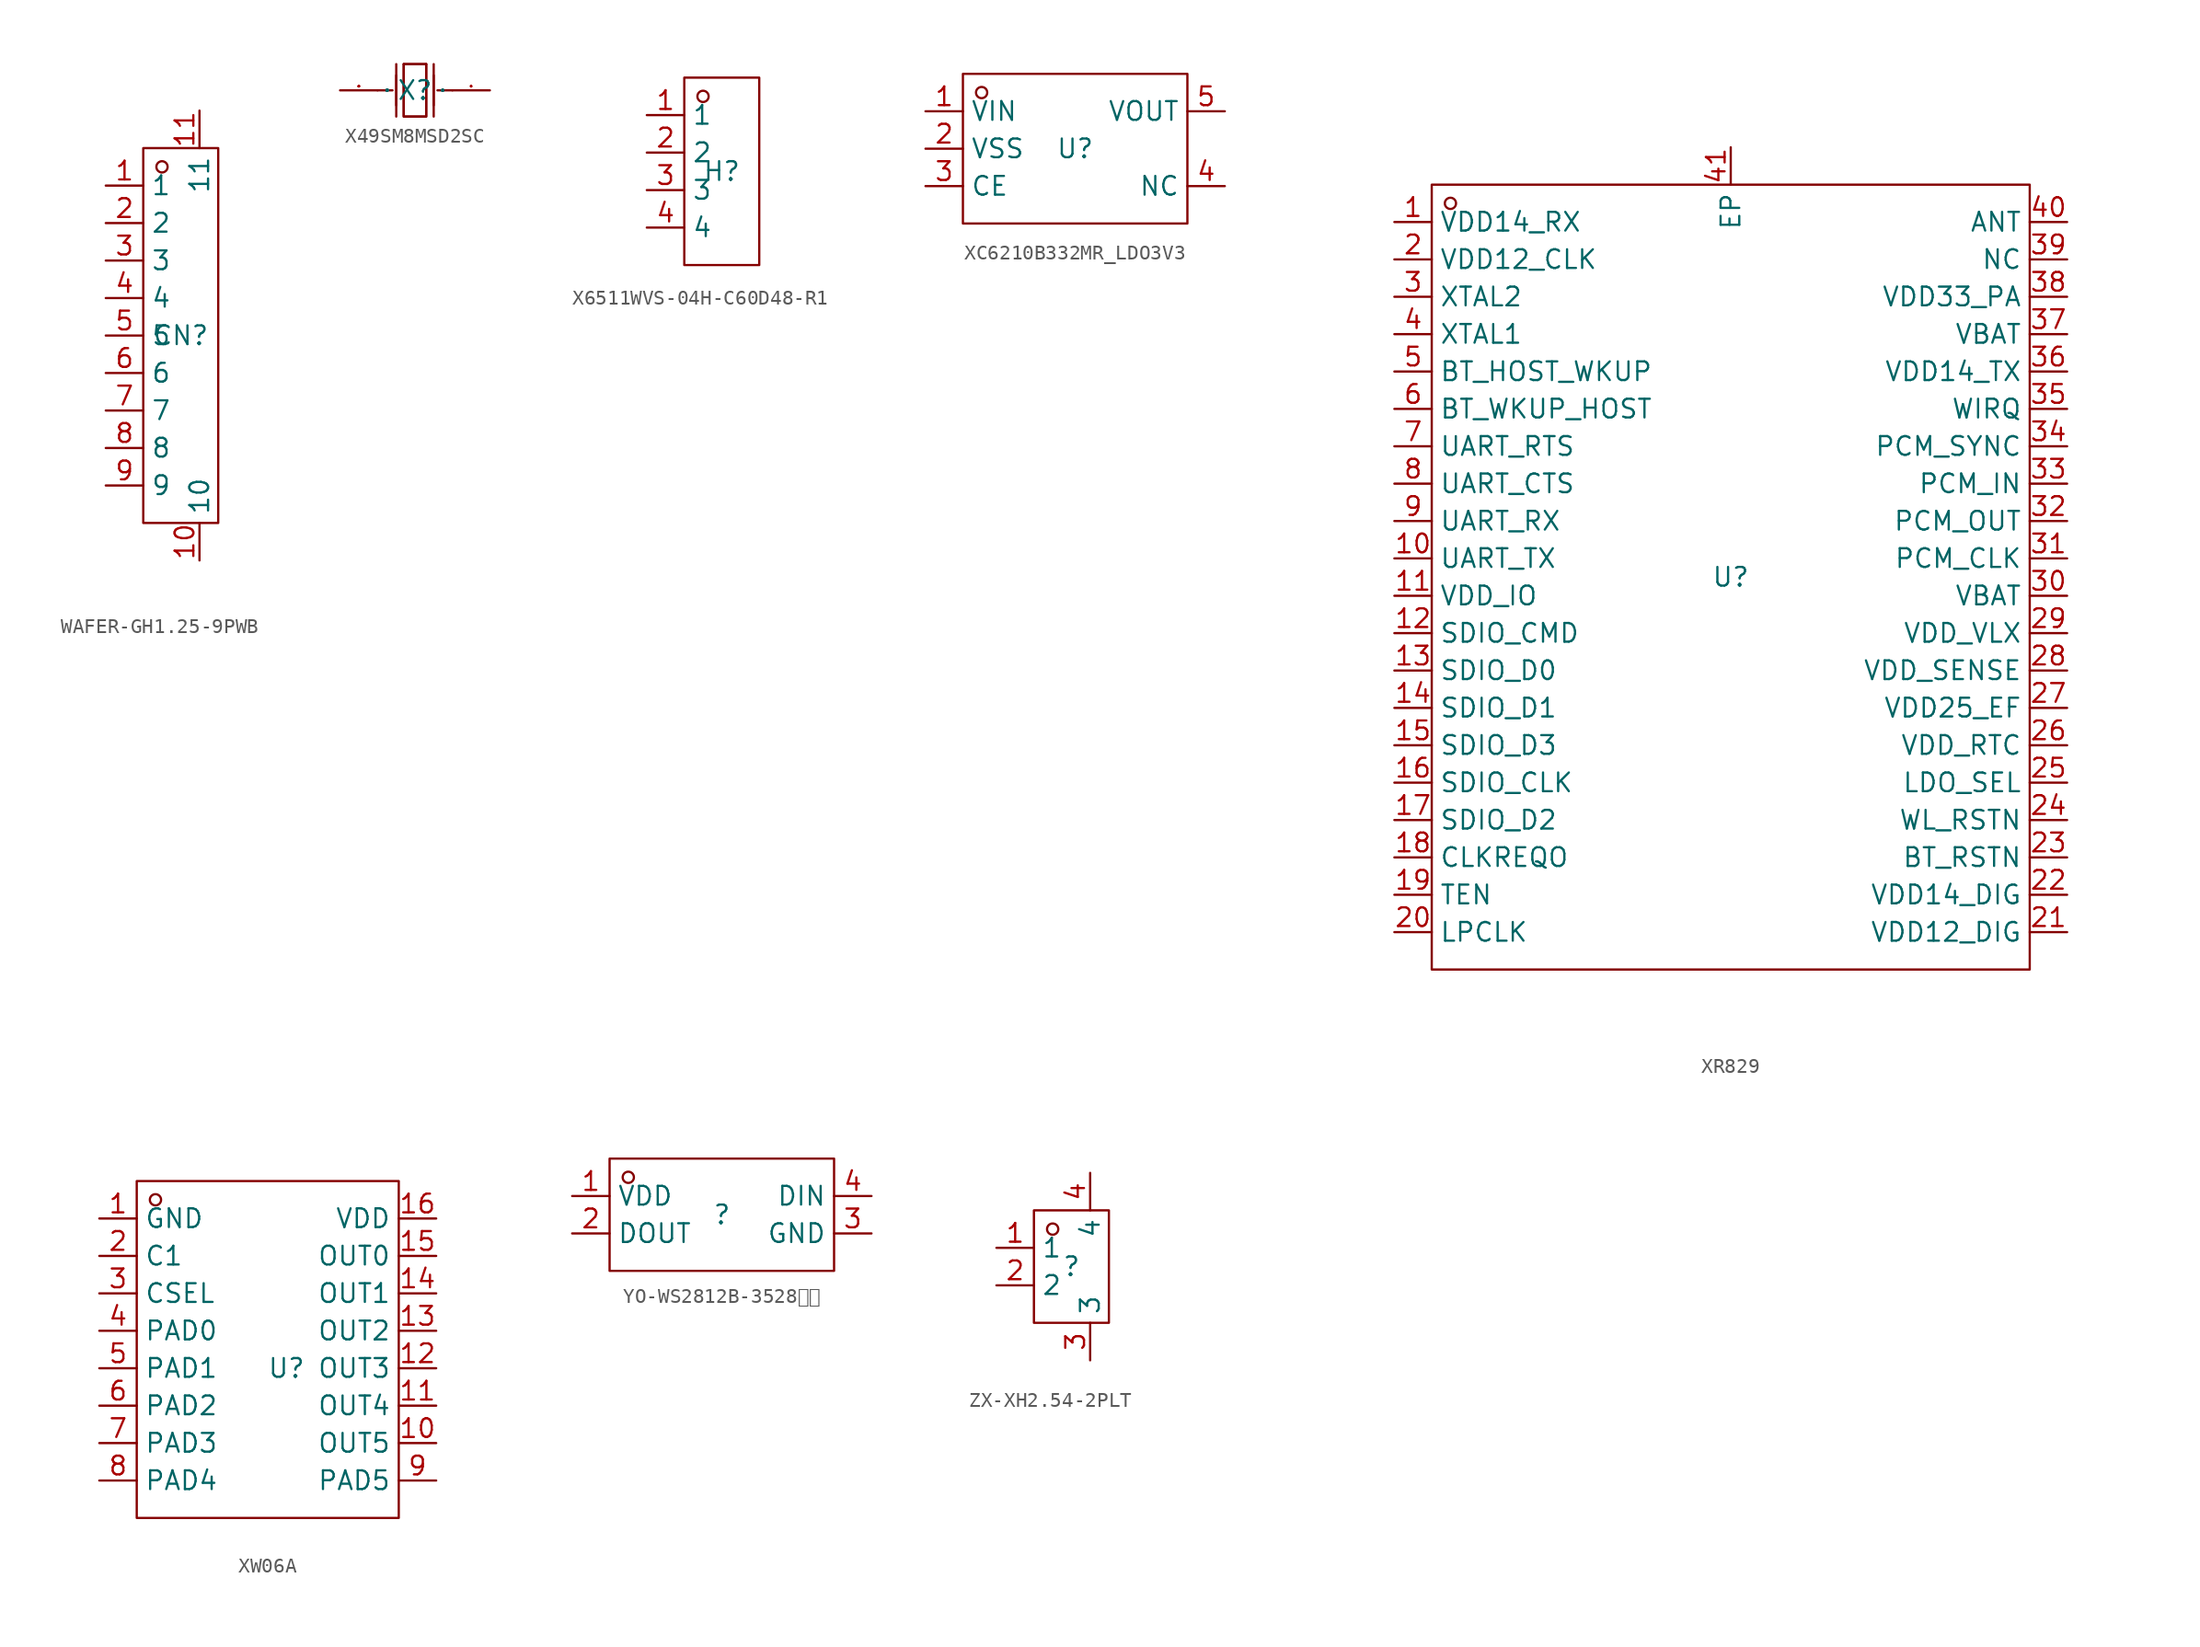
<source format=kicad_sym>
(kicad_symbol_lib
  (version 20231120)
  (generator "kicad_symbol_editor")
  (generator_version "8.0")
  (symbol "WAFER-GH1.25-9PWB"
    (property "Reference" "CN"
      (at 0 0 0)
      (effects (font (size 1.27 1.27))))
    (property "Value" ""
      (at 0 0 0)
      (effects (font (size 1.27 1.27))))
    (symbol "WAFER-GH1.25-9PWB_1_0"
      (rectangle (start -2.54 -12.7) (end 2.54 12.7) (stroke (width 0) (type default)) (fill (type none)))
      (circle (center -1.27 11.43) (radius 0.381) (stroke (width 0) (type default)) (fill (type none)))
      (pin unspecified line (at -5.08 10.16 0) (length 2.54) (name "1" (effects (font (size 1.27 1.27)))) (number "1" (effects (font (size 1.27 1.27)))))
      (pin unspecified line (at 1.27 -15.24 90) (length 2.54) (name "10" (effects (font (size 1.27 1.27)))) (number "10" (effects (font (size 1.27 1.27)))))
      (pin unspecified line (at 1.27 15.24 270) (length 2.54) (name "11" (effects (font (size 1.27 1.27)))) (number "11" (effects (font (size 1.27 1.27)))))
      (pin unspecified line (at -5.08 7.62 0) (length 2.54) (name "2" (effects (font (size 1.27 1.27)))) (number "2" (effects (font (size 1.27 1.27)))))
      (pin unspecified line (at -5.08 5.08 0) (length 2.54) (name "3" (effects (font (size 1.27 1.27)))) (number "3" (effects (font (size 1.27 1.27)))))
      (pin unspecified line (at -5.08 2.54 0) (length 2.54) (name "4" (effects (font (size 1.27 1.27)))) (number "4" (effects (font (size 1.27 1.27)))))
      (pin unspecified line (at -5.08 0 0) (length 2.54) (name "5" (effects (font (size 1.27 1.27)))) (number "5" (effects (font (size 1.27 1.27)))))
      (pin unspecified line (at -5.08 -2.54 0) (length 2.54) (name "6" (effects (font (size 1.27 1.27)))) (number "6" (effects (font (size 1.27 1.27)))))
      (pin unspecified line (at -5.08 -5.08 0) (length 2.54) (name "7" (effects (font (size 1.27 1.27)))) (number "7" (effects (font (size 1.27 1.27)))))
      (pin unspecified line (at -5.08 -7.62 0) (length 2.54) (name "8" (effects (font (size 1.27 1.27)))) (number "8" (effects (font (size 1.27 1.27)))))
      (pin unspecified line (at -5.08 -10.16 0) (length 2.54) (name "9" (effects (font (size 1.27 1.27)))) (number "9" (effects (font (size 1.27 1.27)))))))
  (symbol "X49SM8MSD2SC"
    (property "Reference" "X"
      (at 0 0 0)
      (effects (font (size 1.27 1.27))))
    (symbol "X49SM8MSD2SC_1_0"
      (polyline (pts (xy -2.54 0) (xy -1.524 0)) (stroke (width 0) (type default)) (fill (type none)))
      (polyline (pts (xy -1.27 1.016) (xy -1.27 -1.016)) (stroke (width 0) (type default)) (fill (type none)))
      (polyline (pts (xy -1.27 1.778) (xy -1.27 -1.778)) (stroke (width 0) (type default)) (fill (type none)))
      (polyline (pts (xy -0.762 1.778) (xy 0.762 1.778)) (stroke (width 0) (type default)) (fill (type none)))
      (polyline (pts (xy 1.27 1.016) (xy 1.27 -1.016)) (stroke (width 0) (type default)) (fill (type none)))
      (polyline (pts (xy 1.27 1.778) (xy 1.27 -1.778)) (stroke (width 0) (type default)) (fill (type none)))
      (polyline (pts (xy 2.54 0) (xy 1.524 0)) (stroke (width 0) (type default)) (fill (type none)))
      (polyline (pts (xy 0.762 1.778) (xy 0.762 -1.778) (xy 0.762 -1.778) (xy -0.762 -1.778) (xy -0.762 -1.778) (xy -0.762 1.778)) (stroke (width 0) (type default)) (fill (type none)))
      (polyline (pts (xy -0.762 -1.778) (xy -0.762 1.778) (xy -0.762 1.778) (xy 0.762 1.778) (xy 0.762 1.778) (xy 0.762 -1.778) (xy 0.762 -1.778) (xy -0.762 -1.778)) (stroke (width 0) (type default)) (fill (type none)))
      (pin input line (at 5.08 0 180) (length 2.54) (name "OSC1" (effects (font (size 0.025 0.025)))) (number "1" (effects (font (size 0.025 0.025)))))
      (pin input line (at -5.08 0 0) (length 2.54) (name "OSC2" (effects (font (size 0.025 0.025)))) (number "2" (effects (font (size 0.025 0.025)))))))
  (symbol "X6511WVS-04H-C60D48-R1"
    (property "Reference" "H"
      (at 0 0 0)
      (effects (font (size 1.27 1.27))))
    (property "Value" ""
      (at 0 0 0)
      (effects (font (size 1.27 1.27))))
    (symbol "X6511WVS-04H-C60D48-R1_1_0"
      (rectangle (start -2.54 -6.35) (end 2.54 6.35) (stroke (width 0) (type default)) (fill (type none)))
      (circle (center -1.27 5.08) (radius 0.381) (stroke (width 0) (type default)) (fill (type none)))
      (pin input line (at -5.08 3.81 0) (length 2.54) (name "1" (effects (font (size 1.27 1.27)))) (number "1" (effects (font (size 1.27 1.27)))))
      (pin input line (at -5.08 1.27 0) (length 2.54) (name "2" (effects (font (size 1.27 1.27)))) (number "2" (effects (font (size 1.27 1.27)))))
      (pin input line (at -5.08 -1.27 0) (length 2.54) (name "3" (effects (font (size 1.27 1.27)))) (number "3" (effects (font (size 1.27 1.27)))))
      (pin input line (at -5.08 -3.81 0) (length 2.54) (name "4" (effects (font (size 1.27 1.27)))) (number "4" (effects (font (size 1.27 1.27)))))))
  (symbol "XC6210B332MR_LDO3V3"
    (property "Reference" "U"
      (at 0 0 0)
      (effects (font (size 1.27 1.27))))
    (property "Value" ""
      (at 0 0 0)
      (effects (font (size 1.27 1.27))))
    (symbol "XC6210B332MR_LDO3V3_1_0"
      (rectangle (start -7.62 -5.08) (end 7.62 5.08) (stroke (width 0) (type default)) (fill (type none)))
      (circle (center -6.35 3.81) (radius 0.381) (stroke (width 0) (type default)) (fill (type none)))
      (pin input line (at -10.16 2.54 0) (length 2.54) (name "VIN" (effects (font (size 1.27 1.27)))) (number "1" (effects (font (size 1.27 1.27)))))
      (pin input line (at -10.16 0 0) (length 2.54) (name "VSS" (effects (font (size 1.27 1.27)))) (number "2" (effects (font (size 1.27 1.27)))))
      (pin input line (at -10.16 -2.54 0) (length 2.54) (name "CE" (effects (font (size 1.27 1.27)))) (number "3" (effects (font (size 1.27 1.27)))))
      (pin input line (at 10.16 -2.54 180) (length 2.54) (name "NC" (effects (font (size 1.27 1.27)))) (number "4" (effects (font (size 1.27 1.27)))))
      (pin input line (at 10.16 2.54 180) (length 2.54) (name "VOUT" (effects (font (size 1.27 1.27)))) (number "5" (effects (font (size 1.27 1.27)))))))
  (symbol "XR829"
    (property "Reference" "U"
      (at 0 0 0)
      (effects (font (size 1.27 1.27))))
    (property "Value" ""
      (at 0 0 0)
      (effects (font (size 1.27 1.27))))
    (symbol "XR829_1_0"
      (rectangle (start -20.32 -26.67) (end 20.32 26.67) (stroke (width 0) (type default)) (fill (type none)))
      (circle (center -19.05 25.4) (radius 0.381) (stroke (width 0) (type default)) (fill (type none)))
      (pin unspecified line (at -22.86 24.13 0) (length 2.54) (name "VDD14_RX" (effects (font (size 1.27 1.27)))) (number "1" (effects (font (size 1.27 1.27)))))
      (pin unspecified line (at -22.86 1.27 0) (length 2.54) (name "UART_TX" (effects (font (size 1.27 1.27)))) (number "10" (effects (font (size 1.27 1.27)))))
      (pin unspecified line (at -22.86 -1.27 0) (length 2.54) (name "VDD_IO" (effects (font (size 1.27 1.27)))) (number "11" (effects (font (size 1.27 1.27)))))
      (pin unspecified line (at -22.86 -3.81 0) (length 2.54) (name "SDIO_CMD" (effects (font (size 1.27 1.27)))) (number "12" (effects (font (size 1.27 1.27)))))
      (pin unspecified line (at -22.86 -6.35 0) (length 2.54) (name "SDIO_D0" (effects (font (size 1.27 1.27)))) (number "13" (effects (font (size 1.27 1.27)))))
      (pin unspecified line (at -22.86 -8.89 0) (length 2.54) (name "SDIO_D1" (effects (font (size 1.27 1.27)))) (number "14" (effects (font (size 1.27 1.27)))))
      (pin unspecified line (at -22.86 -11.43 0) (length 2.54) (name "SDIO_D3" (effects (font (size 1.27 1.27)))) (number "15" (effects (font (size 1.27 1.27)))))
      (pin unspecified line (at -22.86 -13.97 0) (length 2.54) (name "SDIO_CLK" (effects (font (size 1.27 1.27)))) (number "16" (effects (font (size 1.27 1.27)))))
      (pin unspecified line (at -22.86 -16.51 0) (length 2.54) (name "SDIO_D2" (effects (font (size 1.27 1.27)))) (number "17" (effects (font (size 1.27 1.27)))))
      (pin unspecified line (at -22.86 -19.05 0) (length 2.54) (name "CLKREQO" (effects (font (size 1.27 1.27)))) (number "18" (effects (font (size 1.27 1.27)))))
      (pin unspecified line (at -22.86 -21.59 0) (length 2.54) (name "TEN" (effects (font (size 1.27 1.27)))) (number "19" (effects (font (size 1.27 1.27)))))
      (pin unspecified line (at -22.86 21.59 0) (length 2.54) (name "VDD12_CLK" (effects (font (size 1.27 1.27)))) (number "2" (effects (font (size 1.27 1.27)))))
      (pin unspecified line (at -22.86 -24.13 0) (length 2.54) (name "LPCLK" (effects (font (size 1.27 1.27)))) (number "20" (effects (font (size 1.27 1.27)))))
      (pin unspecified line (at 22.86 -24.13 180) (length 2.54) (name "VDD12_DIG" (effects (font (size 1.27 1.27)))) (number "21" (effects (font (size 1.27 1.27)))))
      (pin unspecified line (at 22.86 -21.59 180) (length 2.54) (name "VDD14_DIG" (effects (font (size 1.27 1.27)))) (number "22" (effects (font (size 1.27 1.27)))))
      (pin unspecified line (at 22.86 -19.05 180) (length 2.54) (name "BT_RSTN" (effects (font (size 1.27 1.27)))) (number "23" (effects (font (size 1.27 1.27)))))
      (pin unspecified line (at 22.86 -16.51 180) (length 2.54) (name "WL_RSTN" (effects (font (size 1.27 1.27)))) (number "24" (effects (font (size 1.27 1.27)))))
      (pin unspecified line (at 22.86 -13.97 180) (length 2.54) (name "LDO_SEL" (effects (font (size 1.27 1.27)))) (number "25" (effects (font (size 1.27 1.27)))))
      (pin unspecified line (at 22.86 -11.43 180) (length 2.54) (name "VDD_RTC" (effects (font (size 1.27 1.27)))) (number "26" (effects (font (size 1.27 1.27)))))
      (pin unspecified line (at 22.86 -8.89 180) (length 2.54) (name "VDD25_EF" (effects (font (size 1.27 1.27)))) (number "27" (effects (font (size 1.27 1.27)))))
      (pin unspecified line (at 22.86 -6.35 180) (length 2.54) (name "VDD_SENSE" (effects (font (size 1.27 1.27)))) (number "28" (effects (font (size 1.27 1.27)))))
      (pin unspecified line (at 22.86 -3.81 180) (length 2.54) (name "VDD_VLX" (effects (font (size 1.27 1.27)))) (number "29" (effects (font (size 1.27 1.27)))))
      (pin unspecified line (at -22.86 19.05 0) (length 2.54) (name "XTAL2" (effects (font (size 1.27 1.27)))) (number "3" (effects (font (size 1.27 1.27)))))
      (pin unspecified line (at 22.86 -1.27 180) (length 2.54) (name "VBAT" (effects (font (size 1.27 1.27)))) (number "30" (effects (font (size 1.27 1.27)))))
      (pin unspecified line (at 22.86 1.27 180) (length 2.54) (name "PCM_CLK" (effects (font (size 1.27 1.27)))) (number "31" (effects (font (size 1.27 1.27)))))
      (pin unspecified line (at 22.86 3.81 180) (length 2.54) (name "PCM_OUT" (effects (font (size 1.27 1.27)))) (number "32" (effects (font (size 1.27 1.27)))))
      (pin unspecified line (at 22.86 6.35 180) (length 2.54) (name "PCM_IN" (effects (font (size 1.27 1.27)))) (number "33" (effects (font (size 1.27 1.27)))))
      (pin unspecified line (at 22.86 8.89 180) (length 2.54) (name "PCM_SYNC" (effects (font (size 1.27 1.27)))) (number "34" (effects (font (size 1.27 1.27)))))
      (pin unspecified line (at 22.86 11.43 180) (length 2.54) (name "WIRQ" (effects (font (size 1.27 1.27)))) (number "35" (effects (font (size 1.27 1.27)))))
      (pin unspecified line (at 22.86 13.97 180) (length 2.54) (name "VDD14_TX" (effects (font (size 1.27 1.27)))) (number "36" (effects (font (size 1.27 1.27)))))
      (pin unspecified line (at 22.86 16.51 180) (length 2.54) (name "VBAT" (effects (font (size 1.27 1.27)))) (number "37" (effects (font (size 1.27 1.27)))))
      (pin unspecified line (at 22.86 19.05 180) (length 2.54) (name "VDD33_PA" (effects (font (size 1.27 1.27)))) (number "38" (effects (font (size 1.27 1.27)))))
      (pin unspecified line (at 22.86 21.59 180) (length 2.54) (name "NC" (effects (font (size 1.27 1.27)))) (number "39" (effects (font (size 1.27 1.27)))))
      (pin unspecified line (at -22.86 16.51 0) (length 2.54) (name "XTAL1" (effects (font (size 1.27 1.27)))) (number "4" (effects (font (size 1.27 1.27)))))
      (pin unspecified line (at 22.86 24.13 180) (length 2.54) (name "ANT" (effects (font (size 1.27 1.27)))) (number "40" (effects (font (size 1.27 1.27)))))
      (pin unspecified line (at 0 29.21 270) (length 2.54) (name "EP" (effects (font (size 1.27 1.27)))) (number "41" (effects (font (size 1.27 1.27)))))
      (pin unspecified line (at -22.86 13.97 0) (length 2.54) (name "BT_HOST_WKUP" (effects (font (size 1.27 1.27)))) (number "5" (effects (font (size 1.27 1.27)))))
      (pin unspecified line (at -22.86 11.43 0) (length 2.54) (name "BT_WKUP_HOST" (effects (font (size 1.27 1.27)))) (number "6" (effects (font (size 1.27 1.27)))))
      (pin unspecified line (at -22.86 8.89 0) (length 2.54) (name "UART_RTS" (effects (font (size 1.27 1.27)))) (number "7" (effects (font (size 1.27 1.27)))))
      (pin unspecified line (at -22.86 6.35 0) (length 2.54) (name "UART_CTS" (effects (font (size 1.27 1.27)))) (number "8" (effects (font (size 1.27 1.27)))))
      (pin unspecified line (at -22.86 3.81 0) (length 2.54) (name "UART_RX" (effects (font (size 1.27 1.27)))) (number "9" (effects (font (size 1.27 1.27)))))))
  (symbol "XW06A"
    (property "Reference" "U"
      (at 0 0 0)
      (effects (font (size 1.27 1.27))))
    (property "Value" ""
      (at 0 0 0)
      (effects (font (size 1.27 1.27))))
    (symbol "XW06A_1_0"
      (rectangle (start -10.16 -10.16) (end 7.62 12.7) (stroke (width 0) (type default)) (fill (type none)))
      (circle (center -8.89 11.43) (radius 0.381) (stroke (width 0) (type default)) (fill (type none)))
      (pin input line (at -12.7 10.16 0) (length 2.54) (name "GND" (effects (font (size 1.27 1.27)))) (number "1" (effects (font (size 1.27 1.27)))))
      (pin input line (at 10.16 -5.08 180) (length 2.54) (name "OUT5" (effects (font (size 1.27 1.27)))) (number "10" (effects (font (size 1.27 1.27)))))
      (pin input line (at 10.16 -2.54 180) (length 2.54) (name "OUT4" (effects (font (size 1.27 1.27)))) (number "11" (effects (font (size 1.27 1.27)))))
      (pin input line (at 10.16 0 180) (length 2.54) (name "OUT3" (effects (font (size 1.27 1.27)))) (number "12" (effects (font (size 1.27 1.27)))))
      (pin input line (at 10.16 2.54 180) (length 2.54) (name "OUT2" (effects (font (size 1.27 1.27)))) (number "13" (effects (font (size 1.27 1.27)))))
      (pin input line (at 10.16 5.08 180) (length 2.54) (name "OUT1" (effects (font (size 1.27 1.27)))) (number "14" (effects (font (size 1.27 1.27)))))
      (pin input line (at 10.16 7.62 180) (length 2.54) (name "OUT0" (effects (font (size 1.27 1.27)))) (number "15" (effects (font (size 1.27 1.27)))))
      (pin input line (at 10.16 10.16 180) (length 2.54) (name "VDD" (effects (font (size 1.27 1.27)))) (number "16" (effects (font (size 1.27 1.27)))))
      (pin input line (at -12.7 7.62 0) (length 2.54) (name "C1" (effects (font (size 1.27 1.27)))) (number "2" (effects (font (size 1.27 1.27)))))
      (pin input line (at -12.7 5.08 0) (length 2.54) (name "CSEL" (effects (font (size 1.27 1.27)))) (number "3" (effects (font (size 1.27 1.27)))))
      (pin input line (at -12.7 2.54 0) (length 2.54) (name "PAD0" (effects (font (size 1.27 1.27)))) (number "4" (effects (font (size 1.27 1.27)))))
      (pin input line (at -12.7 0 0) (length 2.54) (name "PAD1" (effects (font (size 1.27 1.27)))) (number "5" (effects (font (size 1.27 1.27)))))
      (pin input line (at -12.7 -2.54 0) (length 2.54) (name "PAD2" (effects (font (size 1.27 1.27)))) (number "6" (effects (font (size 1.27 1.27)))))
      (pin input line (at -12.7 -5.08 0) (length 2.54) (name "PAD3" (effects (font (size 1.27 1.27)))) (number "7" (effects (font (size 1.27 1.27)))))
      (pin input line (at -12.7 -7.62 0) (length 2.54) (name "PAD4" (effects (font (size 1.27 1.27)))) (number "8" (effects (font (size 1.27 1.27)))))
      (pin input line (at 10.16 -7.62 180) (length 2.54) (name "PAD5" (effects (font (size 1.27 1.27)))) (number "9" (effects (font (size 1.27 1.27)))))))
  (symbol "YO-WS2812B-3528反贴"
    (property "Reference" ""
      (at 0 0 0)
      (effects (font (size 1.27 1.27))))
    (property "Value" ""
      (at 0 0 0)
      (effects (font (size 1.27 1.27))))
    (symbol "YO-WS2812B-3528反贴_1_0"
      (rectangle (start -7.62 -3.81) (end 7.62 3.81) (stroke (width 0) (type default)) (fill (type none)))
      (circle (center -6.35 2.54) (radius 0.381) (stroke (width 0) (type default)) (fill (type none)))
      (pin input line (at -10.16 1.27 0) (length 2.54) (name "VDD" (effects (font (size 1.27 1.27)))) (number "1" (effects (font (size 1.27 1.27)))))
      (pin input line (at -10.16 -1.27 0) (length 2.54) (name "DOUT" (effects (font (size 1.27 1.27)))) (number "2" (effects (font (size 1.27 1.27)))))
      (pin input line (at 10.16 -1.27 180) (length 2.54) (name "GND" (effects (font (size 1.27 1.27)))) (number "3" (effects (font (size 1.27 1.27)))))
      (pin input line (at 10.16 1.27 180) (length 2.54) (name "DIN" (effects (font (size 1.27 1.27)))) (number "4" (effects (font (size 1.27 1.27)))))))
  (symbol "ZX-XH2.54-2PLT"
    (property "Reference" ""
      (at 0 0 0)
      (effects (font (size 1.27 1.27))))
    (property "Value" ""
      (at 0 0 0)
      (effects (font (size 1.27 1.27))))
    (symbol "ZX-XH2.54-2PLT_1_0"
      (rectangle (start -2.54 -3.81) (end 2.54 3.81) (stroke (width 0) (type default)) (fill (type none)))
      (circle (center -1.27 2.54) (radius 0.381) (stroke (width 0) (type default)) (fill (type none)))
      (pin input line (at -5.08 1.27 0) (length 2.54) (name "1" (effects (font (size 1.27 1.27)))) (number "1" (effects (font (size 1.27 1.27)))))
      (pin input line (at -5.08 -1.27 0) (length 2.54) (name "2" (effects (font (size 1.27 1.27)))) (number "2" (effects (font (size 1.27 1.27)))))
      (pin input line (at 1.27 -6.35 90) (length 2.54) (name "3" (effects (font (size 1.27 1.27)))) (number "3" (effects (font (size 1.27 1.27)))))
      (pin input line (at 1.27 6.35 270) (length 2.54) (name "4" (effects (font (size 1.27 1.27)))) (number "4" (effects (font (size 1.27 1.27))))))))
</source>
